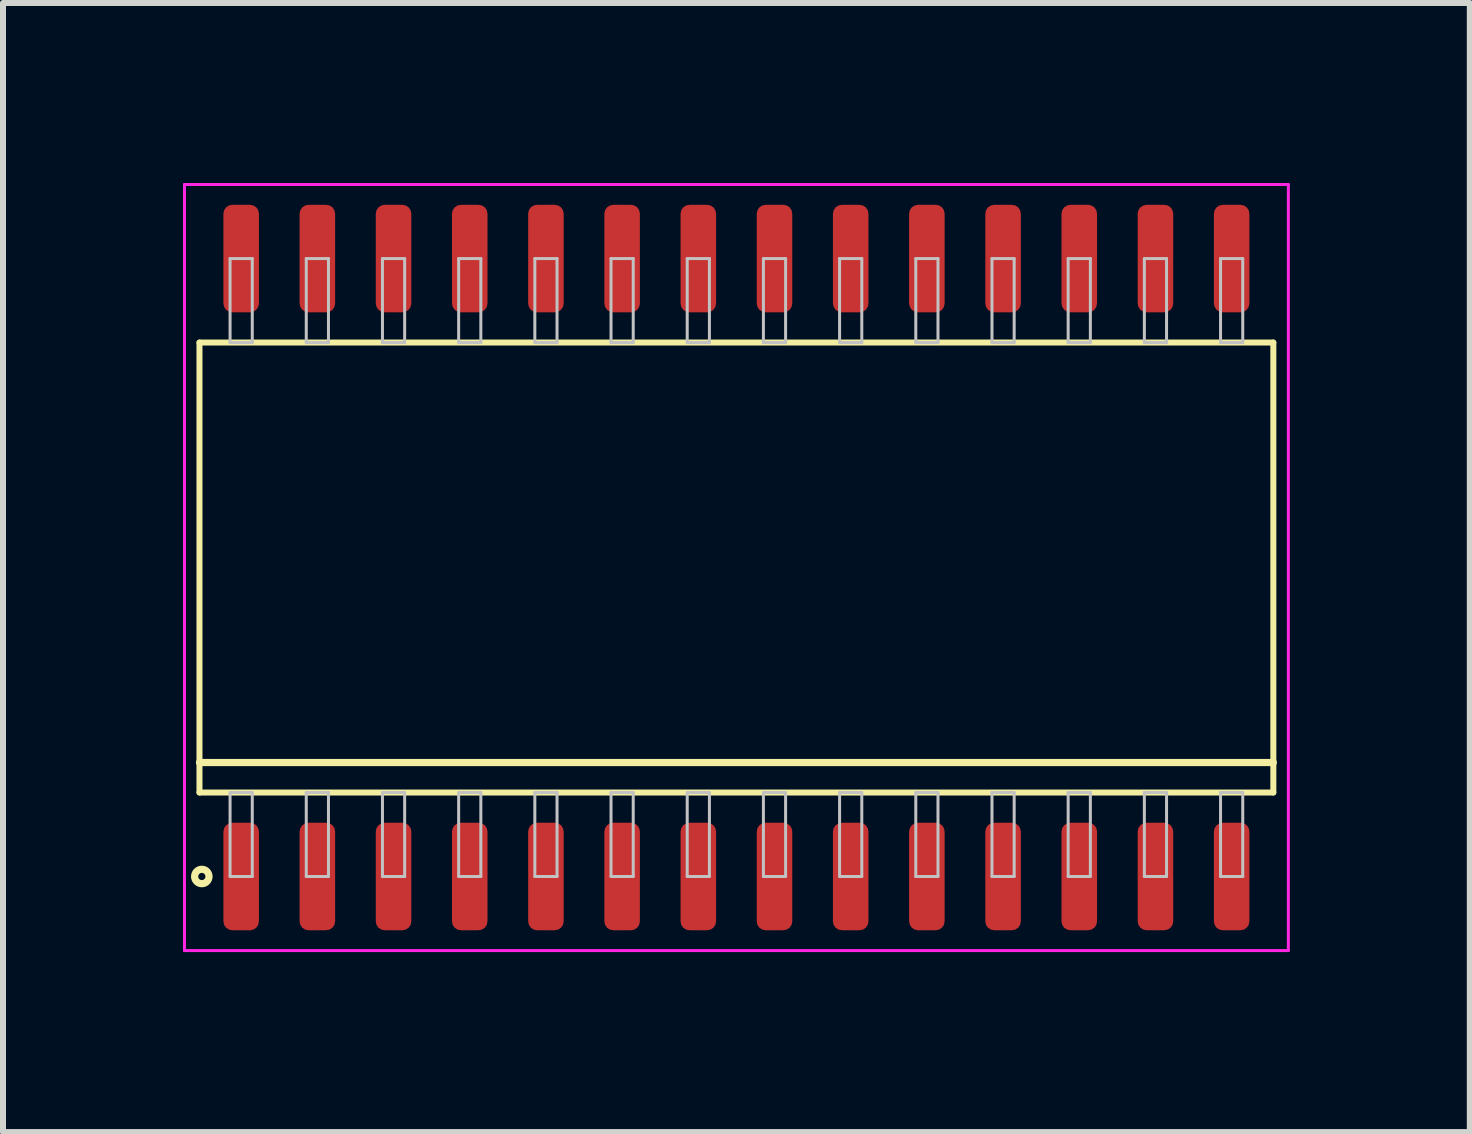
<source format=kicad_pcb>
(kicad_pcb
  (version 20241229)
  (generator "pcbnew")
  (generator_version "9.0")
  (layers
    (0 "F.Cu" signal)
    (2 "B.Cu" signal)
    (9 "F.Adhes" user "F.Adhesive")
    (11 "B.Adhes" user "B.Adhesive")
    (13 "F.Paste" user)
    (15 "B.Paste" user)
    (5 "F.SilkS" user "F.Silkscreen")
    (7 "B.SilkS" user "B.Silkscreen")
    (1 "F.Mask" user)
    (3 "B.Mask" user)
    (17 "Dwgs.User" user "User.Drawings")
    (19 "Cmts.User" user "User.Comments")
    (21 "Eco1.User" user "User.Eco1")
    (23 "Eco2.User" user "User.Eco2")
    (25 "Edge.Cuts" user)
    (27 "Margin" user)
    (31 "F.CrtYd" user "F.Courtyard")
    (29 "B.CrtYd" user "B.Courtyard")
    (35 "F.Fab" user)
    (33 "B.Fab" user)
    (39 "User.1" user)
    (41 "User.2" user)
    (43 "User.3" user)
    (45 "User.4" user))
  (footprint "SOIC127P1790x1030-28"
    (layer "F.Cu")
    (at 9.225 6.41)
    (property "Reference" "SOIC127P1790x1030-28" (at 0 0 0) (layer "User.1") (effects (font (size 0.8 0.8) (thickness 0.1))))
    (attr through_hole)
    (fp_line (start -8.95 -3.75) (end -8.95 3.75) (stroke (width 0.1) (type solid)) (layer "F.SilkS"))
    (fp_line (start -8.95 3.25) (end 8.95 3.25) (stroke (width 0.12) (type solid)) (layer "F.SilkS"))
    (fp_line (start -8.95 3.75) (end 8.95 3.75) (stroke (width 0.1) (type solid)) (layer "F.SilkS"))
    (fp_line (start 8.95 -3.75) (end -8.95 -3.75) (stroke (width 0.1) (type solid)) (layer "F.SilkS"))
    (fp_line (start 8.95 3.75) (end 8.95 -3.75) (stroke (width 0.1) (type solid)) (layer "F.SilkS"))
    (fp_circle (center -8.911 5.15) (end -8.791 5.15) (stroke (width 0.12) (type solid)) (fill no) (layer "F.SilkS"))
    (fp_line (start -8.44 -5.15) (end -8.44 -3.75) (stroke (width 0.05) (type solid)) (layer "Dwgs.User"))
    (fp_line (start -8.44 -3.75) (end -8.07 -3.75) (stroke (width 0.05) (type solid)) (layer "Dwgs.User"))
    (fp_line (start -8.44 3.75) (end -8.07 3.75) (stroke (width 0.05) (type solid)) (layer "Dwgs.User"))
    (fp_line (start -8.44 5.15) (end -8.44 3.75) (stroke (width 0.05) (type solid)) (layer "Dwgs.User"))
    (fp_line (start -8.07 -5.15) (end -8.44 -5.15) (stroke (width 0.05) (type solid)) (layer "Dwgs.User"))
    (fp_line (start -8.07 -3.75) (end -8.07 -5.15) (stroke (width 0.05) (type solid)) (layer "Dwgs.User"))
    (fp_line (start -8.07 3.75) (end -8.07 5.15) (stroke (width 0.05) (type solid)) (layer "Dwgs.User"))
    (fp_line (start -8.07 5.15) (end -8.44 5.15) (stroke (width 0.05) (type solid)) (layer "Dwgs.User"))
    (fp_line (start -7.17 -5.15) (end -7.17 -3.75) (stroke (width 0.05) (type solid)) (layer "Dwgs.User"))
    (fp_line (start -7.17 -3.75) (end -6.8 -3.75) (stroke (width 0.05) (type solid)) (layer "Dwgs.User"))
    (fp_line (start -7.17 3.75) (end -6.8 3.75) (stroke (width 0.05) (type solid)) (layer "Dwgs.User"))
    (fp_line (start -7.17 5.15) (end -7.17 3.75) (stroke (width 0.05) (type solid)) (layer "Dwgs.User"))
    (fp_line (start -6.8 -5.15) (end -7.17 -5.15) (stroke (width 0.05) (type solid)) (layer "Dwgs.User"))
    (fp_line (start -6.8 -3.75) (end -6.8 -5.15) (stroke (width 0.05) (type solid)) (layer "Dwgs.User"))
    (fp_line (start -6.8 3.75) (end -6.8 5.15) (stroke (width 0.05) (type solid)) (layer "Dwgs.User"))
    (fp_line (start -6.8 5.15) (end -7.17 5.15) (stroke (width 0.05) (type solid)) (layer "Dwgs.User"))
    (fp_line (start -5.9 -5.15) (end -5.9 -3.75) (stroke (width 0.05) (type solid)) (layer "Dwgs.User"))
    (fp_line (start -5.9 -3.75) (end -5.53 -3.75) (stroke (width 0.05) (type solid)) (layer "Dwgs.User"))
    (fp_line (start -5.9 3.75) (end -5.53 3.75) (stroke (width 0.05) (type solid)) (layer "Dwgs.User"))
    (fp_line (start -5.9 5.15) (end -5.9 3.75) (stroke (width 0.05) (type solid)) (layer "Dwgs.User"))
    (fp_line (start -5.53 -5.15) (end -5.9 -5.15) (stroke (width 0.05) (type solid)) (layer "Dwgs.User"))
    (fp_line (start -5.53 -3.75) (end -5.53 -5.15) (stroke (width 0.05) (type solid)) (layer "Dwgs.User"))
    (fp_line (start -5.53 3.75) (end -5.53 5.15) (stroke (width 0.05) (type solid)) (layer "Dwgs.User"))
    (fp_line (start -5.53 5.15) (end -5.9 5.15) (stroke (width 0.05) (type solid)) (layer "Dwgs.User"))
    (fp_line (start -4.63 -5.15) (end -4.63 -3.75) (stroke (width 0.05) (type solid)) (layer "Dwgs.User"))
    (fp_line (start -4.63 -3.75) (end -4.26 -3.75) (stroke (width 0.05) (type solid)) (layer "Dwgs.User"))
    (fp_line (start -4.63 3.75) (end -4.26 3.75) (stroke (width 0.05) (type solid)) (layer "Dwgs.User"))
    (fp_line (start -4.63 5.15) (end -4.63 3.75) (stroke (width 0.05) (type solid)) (layer "Dwgs.User"))
    (fp_line (start -4.26 -5.15) (end -4.63 -5.15) (stroke (width 0.05) (type solid)) (layer "Dwgs.User"))
    (fp_line (start -4.26 -3.75) (end -4.26 -5.15) (stroke (width 0.05) (type solid)) (layer "Dwgs.User"))
    (fp_line (start -4.26 3.75) (end -4.26 5.15) (stroke (width 0.05) (type solid)) (layer "Dwgs.User"))
    (fp_line (start -4.26 5.15) (end -4.63 5.15) (stroke (width 0.05) (type solid)) (layer "Dwgs.User"))
    (fp_line (start -3.36 -5.15) (end -3.36 -3.75) (stroke (width 0.05) (type solid)) (layer "Dwgs.User"))
    (fp_line (start -3.36 -3.75) (end -2.99 -3.75) (stroke (width 0.05) (type solid)) (layer "Dwgs.User"))
    (fp_line (start -3.36 3.75) (end -2.99 3.75) (stroke (width 0.05) (type solid)) (layer "Dwgs.User"))
    (fp_line (start -3.36 5.15) (end -3.36 3.75) (stroke (width 0.05) (type solid)) (layer "Dwgs.User"))
    (fp_line (start -2.99 -5.15) (end -3.36 -5.15) (stroke (width 0.05) (type solid)) (layer "Dwgs.User"))
    (fp_line (start -2.99 -3.75) (end -2.99 -5.15) (stroke (width 0.05) (type solid)) (layer "Dwgs.User"))
    (fp_line (start -2.99 3.75) (end -2.99 5.15) (stroke (width 0.05) (type solid)) (layer "Dwgs.User"))
    (fp_line (start -2.99 5.15) (end -3.36 5.15) (stroke (width 0.05) (type solid)) (layer "Dwgs.User"))
    (fp_line (start -2.09 -5.15) (end -2.09 -3.75) (stroke (width 0.05) (type solid)) (layer "Dwgs.User"))
    (fp_line (start -2.09 -3.75) (end -1.72 -3.75) (stroke (width 0.05) (type solid)) (layer "Dwgs.User"))
    (fp_line (start -2.09 3.75) (end -1.72 3.75) (stroke (width 0.05) (type solid)) (layer "Dwgs.User"))
    (fp_line (start -2.09 5.15) (end -2.09 3.75) (stroke (width 0.05) (type solid)) (layer "Dwgs.User"))
    (fp_line (start -1.72 -5.15) (end -2.09 -5.15) (stroke (width 0.05) (type solid)) (layer "Dwgs.User"))
    (fp_line (start -1.72 -3.75) (end -1.72 -5.15) (stroke (width 0.05) (type solid)) (layer "Dwgs.User"))
    (fp_line (start -1.72 3.75) (end -1.72 5.15) (stroke (width 0.05) (type solid)) (layer "Dwgs.User"))
    (fp_line (start -1.72 5.15) (end -2.09 5.15) (stroke (width 0.05) (type solid)) (layer "Dwgs.User"))
    (fp_line (start -0.82 -5.15) (end -0.82 -3.75) (stroke (width 0.05) (type solid)) (layer "Dwgs.User"))
    (fp_line (start -0.82 -3.75) (end -0.45 -3.75) (stroke (width 0.05) (type solid)) (layer "Dwgs.User"))
    (fp_line (start -0.82 3.75) (end -0.45 3.75) (stroke (width 0.05) (type solid)) (layer "Dwgs.User"))
    (fp_line (start -0.82 5.15) (end -0.82 3.75) (stroke (width 0.05) (type solid)) (layer "Dwgs.User"))
    (fp_line (start -0.45 -5.15) (end -0.82 -5.15) (stroke (width 0.05) (type solid)) (layer "Dwgs.User"))
    (fp_line (start -0.45 -3.75) (end -0.45 -5.15) (stroke (width 0.05) (type solid)) (layer "Dwgs.User"))
    (fp_line (start -0.45 3.75) (end -0.45 5.15) (stroke (width 0.05) (type solid)) (layer "Dwgs.User"))
    (fp_line (start -0.45 5.15) (end -0.82 5.15) (stroke (width 0.05) (type solid)) (layer "Dwgs.User"))
    (fp_line (start 0.45 -5.15) (end 0.45 -3.75) (stroke (width 0.05) (type solid)) (layer "Dwgs.User"))
    (fp_line (start 0.45 -3.75) (end 0.82 -3.75) (stroke (width 0.05) (type solid)) (layer "Dwgs.User"))
    (fp_line (start 0.45 3.75) (end 0.82 3.75) (stroke (width 0.05) (type solid)) (layer "Dwgs.User"))
    (fp_line (start 0.45 5.15) (end 0.45 3.75) (stroke (width 0.05) (type solid)) (layer "Dwgs.User"))
    (fp_line (start 0.82 -5.15) (end 0.45 -5.15) (stroke (width 0.05) (type solid)) (layer "Dwgs.User"))
    (fp_line (start 0.82 -3.75) (end 0.82 -5.15) (stroke (width 0.05) (type solid)) (layer "Dwgs.User"))
    (fp_line (start 0.82 3.75) (end 0.82 5.15) (stroke (width 0.05) (type solid)) (layer "Dwgs.User"))
    (fp_line (start 0.82 5.15) (end 0.45 5.15) (stroke (width 0.05) (type solid)) (layer "Dwgs.User"))
    (fp_line (start 1.72 -5.15) (end 1.72 -3.75) (stroke (width 0.05) (type solid)) (layer "Dwgs.User"))
    (fp_line (start 1.72 -3.75) (end 2.09 -3.75) (stroke (width 0.05) (type solid)) (layer "Dwgs.User"))
    (fp_line (start 1.72 3.75) (end 2.09 3.75) (stroke (width 0.05) (type solid)) (layer "Dwgs.User"))
    (fp_line (start 1.72 5.15) (end 1.72 3.75) (stroke (width 0.05) (type solid)) (layer "Dwgs.User"))
    (fp_line (start 2.09 -5.15) (end 1.72 -5.15) (stroke (width 0.05) (type solid)) (layer "Dwgs.User"))
    (fp_line (start 2.09 -3.75) (end 2.09 -5.15) (stroke (width 0.05) (type solid)) (layer "Dwgs.User"))
    (fp_line (start 2.09 3.75) (end 2.09 5.15) (stroke (width 0.05) (type solid)) (layer "Dwgs.User"))
    (fp_line (start 2.09 5.15) (end 1.72 5.15) (stroke (width 0.05) (type solid)) (layer "Dwgs.User"))
    (fp_line (start 2.99 -5.15) (end 2.99 -3.75) (stroke (width 0.05) (type solid)) (layer "Dwgs.User"))
    (fp_line (start 2.99 -3.75) (end 3.36 -3.75) (stroke (width 0.05) (type solid)) (layer "Dwgs.User"))
    (fp_line (start 2.99 3.75) (end 3.36 3.75) (stroke (width 0.05) (type solid)) (layer "Dwgs.User"))
    (fp_line (start 2.99 5.15) (end 2.99 3.75) (stroke (width 0.05) (type solid)) (layer "Dwgs.User"))
    (fp_line (start 3.36 -5.15) (end 2.99 -5.15) (stroke (width 0.05) (type solid)) (layer "Dwgs.User"))
    (fp_line (start 3.36 -3.75) (end 3.36 -5.15) (stroke (width 0.05) (type solid)) (layer "Dwgs.User"))
    (fp_line (start 3.36 3.75) (end 3.36 5.15) (stroke (width 0.05) (type solid)) (layer "Dwgs.User"))
    (fp_line (start 3.36 5.15) (end 2.99 5.15) (stroke (width 0.05) (type solid)) (layer "Dwgs.User"))
    (fp_line (start 4.26 -5.15) (end 4.26 -3.75) (stroke (width 0.05) (type solid)) (layer "Dwgs.User"))
    (fp_line (start 4.26 -3.75) (end 4.63 -3.75) (stroke (width 0.05) (type solid)) (layer "Dwgs.User"))
    (fp_line (start 4.26 3.75) (end 4.63 3.75) (stroke (width 0.05) (type solid)) (layer "Dwgs.User"))
    (fp_line (start 4.26 5.15) (end 4.26 3.75) (stroke (width 0.05) (type solid)) (layer "Dwgs.User"))
    (fp_line (start 4.63 -5.15) (end 4.26 -5.15) (stroke (width 0.05) (type solid)) (layer "Dwgs.User"))
    (fp_line (start 4.63 -3.75) (end 4.63 -5.15) (stroke (width 0.05) (type solid)) (layer "Dwgs.User"))
    (fp_line (start 4.63 3.75) (end 4.63 5.15) (stroke (width 0.05) (type solid)) (layer "Dwgs.User"))
    (fp_line (start 4.63 5.15) (end 4.26 5.15) (stroke (width 0.05) (type solid)) (layer "Dwgs.User"))
    (fp_line (start 5.53 -5.15) (end 5.53 -3.75) (stroke (width 0.05) (type solid)) (layer "Dwgs.User"))
    (fp_line (start 5.53 -3.75) (end 5.9 -3.75) (stroke (width 0.05) (type solid)) (layer "Dwgs.User"))
    (fp_line (start 5.53 3.75) (end 5.9 3.75) (stroke (width 0.05) (type solid)) (layer "Dwgs.User"))
    (fp_line (start 5.53 5.15) (end 5.53 3.75) (stroke (width 0.05) (type solid)) (layer "Dwgs.User"))
    (fp_line (start 5.9 -5.15) (end 5.53 -5.15) (stroke (width 0.05) (type solid)) (layer "Dwgs.User"))
    (fp_line (start 5.9 -3.75) (end 5.9 -5.15) (stroke (width 0.05) (type solid)) (layer "Dwgs.User"))
    (fp_line (start 5.9 3.75) (end 5.9 5.15) (stroke (width 0.05) (type solid)) (layer "Dwgs.User"))
    (fp_line (start 5.9 5.15) (end 5.53 5.15) (stroke (width 0.05) (type solid)) (layer "Dwgs.User"))
    (fp_line (start 6.8 -5.15) (end 6.8 -3.75) (stroke (width 0.05) (type solid)) (layer "Dwgs.User"))
    (fp_line (start 6.8 -3.75) (end 7.17 -3.75) (stroke (width 0.05) (type solid)) (layer "Dwgs.User"))
    (fp_line (start 6.8 3.75) (end 7.17 3.75) (stroke (width 0.05) (type solid)) (layer "Dwgs.User"))
    (fp_line (start 6.8 5.15) (end 6.8 3.75) (stroke (width 0.05) (type solid)) (layer "Dwgs.User"))
    (fp_line (start 7.17 -5.15) (end 6.8 -5.15) (stroke (width 0.05) (type solid)) (layer "Dwgs.User"))
    (fp_line (start 7.17 -3.75) (end 7.17 -5.15) (stroke (width 0.05) (type solid)) (layer "Dwgs.User"))
    (fp_line (start 7.17 3.75) (end 7.17 5.15) (stroke (width 0.05) (type solid)) (layer "Dwgs.User"))
    (fp_line (start 7.17 5.15) (end 6.8 5.15) (stroke (width 0.05) (type solid)) (layer "Dwgs.User"))
    (fp_line (start 8.07 -5.15) (end 8.07 -3.75) (stroke (width 0.05) (type solid)) (layer "Dwgs.User"))
    (fp_line (start 8.07 -3.75) (end 8.44 -3.75) (stroke (width 0.05) (type solid)) (layer "Dwgs.User"))
    (fp_line (start 8.07 3.75) (end 8.44 3.75) (stroke (width 0.05) (type solid)) (layer "Dwgs.User"))
    (fp_line (start 8.07 5.15) (end 8.07 3.75) (stroke (width 0.05) (type solid)) (layer "Dwgs.User"))
    (fp_line (start 8.44 -5.15) (end 8.07 -5.15) (stroke (width 0.05) (type solid)) (layer "Dwgs.User"))
    (fp_line (start 8.44 -3.75) (end 8.44 -5.15) (stroke (width 0.05) (type solid)) (layer "Dwgs.User"))
    (fp_line (start 8.44 3.75) (end 8.44 5.15) (stroke (width 0.05) (type solid)) (layer "Dwgs.User"))
    (fp_line (start 8.44 5.15) (end 8.07 5.15) (stroke (width 0.05) (type solid)) (layer "Dwgs.User"))
    (fp_line (start -9.2 -6.385) (end -9.2 6.385) (stroke (width 0.05) (type solid)) (layer "F.CrtYd"))
    (fp_line (start -9.2 6.385) (end 9.2 6.385) (stroke (width 0.05) (type solid)) (layer "F.CrtYd"))
    (fp_line (start 9.2 -6.385) (end -9.2 -6.385) (stroke (width 0.05) (type solid)) (layer "F.CrtYd"))
    (fp_line (start 9.2 6.385) (end 9.2 -6.385) (stroke (width 0.05) (type solid)) (layer "F.CrtYd"))
    (pad "1" smd roundrect (at -8.255 5.15) (size 0.592 1.792) (layers "F.Cu" "F.Mask" "F.Paste") (roundrect_rratio 0.25))
    (pad "2" smd roundrect (at -6.985 5.15) (size 0.592 1.792) (layers "F.Cu" "F.Mask" "F.Paste") (roundrect_rratio 0.25))
    (pad "3" smd roundrect (at -5.715 5.15) (size 0.592 1.792) (layers "F.Cu" "F.Mask" "F.Paste") (roundrect_rratio 0.25))
    (pad "4" smd roundrect (at -4.445 5.15) (size 0.592 1.792) (layers "F.Cu" "F.Mask" "F.Paste") (roundrect_rratio 0.25))
    (pad "5" smd roundrect (at -3.175 5.15) (size 0.592 1.792) (layers "F.Cu" "F.Mask" "F.Paste") (roundrect_rratio 0.25))
    (pad "6" smd roundrect (at -1.905 5.15) (size 0.592 1.792) (layers "F.Cu" "F.Mask" "F.Paste") (roundrect_rratio 0.25))
    (pad "7" smd roundrect (at -0.635 5.15) (size 0.592 1.792) (layers "F.Cu" "F.Mask" "F.Paste") (roundrect_rratio 0.25))
    (pad "8" smd roundrect (at 0.635 5.15) (size 0.592 1.792) (layers "F.Cu" "F.Mask" "F.Paste") (roundrect_rratio 0.25))
    (pad "9" smd roundrect (at 1.905 5.15) (size 0.592 1.792) (layers "F.Cu" "F.Mask" "F.Paste") (roundrect_rratio 0.25))
    (pad "10" smd roundrect (at 3.175 5.15) (size 0.592 1.792) (layers "F.Cu" "F.Mask" "F.Paste") (roundrect_rratio 0.25))
    (pad "11" smd roundrect (at 4.445 5.15) (size 0.592 1.792) (layers "F.Cu" "F.Mask" "F.Paste") (roundrect_rratio 0.25))
    (pad "12" smd roundrect (at 5.715 5.15) (size 0.592 1.792) (layers "F.Cu" "F.Mask" "F.Paste") (roundrect_rratio 0.25))
    (pad "13" smd roundrect (at 6.985 5.15) (size 0.592 1.792) (layers "F.Cu" "F.Mask" "F.Paste") (roundrect_rratio 0.25))
    (pad "14" smd roundrect (at 8.255 5.15) (size 0.592 1.792) (layers "F.Cu" "F.Mask" "F.Paste") (roundrect_rratio 0.25))
    (pad "15" smd roundrect (at 8.255 -5.15) (size 0.592 1.792) (layers "F.Cu" "F.Mask" "F.Paste") (roundrect_rratio 0.25))
    (pad "16" smd roundrect (at 6.985 -5.15) (size 0.592 1.792) (layers "F.Cu" "F.Mask" "F.Paste") (roundrect_rratio 0.25))
    (pad "17" smd roundrect (at 5.715 -5.15) (size 0.592 1.792) (layers "F.Cu" "F.Mask" "F.Paste") (roundrect_rratio 0.25))
    (pad "18" smd roundrect (at 4.445 -5.15) (size 0.592 1.792) (layers "F.Cu" "F.Mask" "F.Paste") (roundrect_rratio 0.25))
    (pad "19" smd roundrect (at 3.175 -5.15) (size 0.592 1.792) (layers "F.Cu" "F.Mask" "F.Paste") (roundrect_rratio 0.25))
    (pad "20" smd roundrect (at 1.905 -5.15) (size 0.592 1.792) (layers "F.Cu" "F.Mask" "F.Paste") (roundrect_rratio 0.25))
    (pad "21" smd roundrect (at 0.635 -5.15) (size 0.592 1.792) (layers "F.Cu" "F.Mask" "F.Paste") (roundrect_rratio 0.25))
    (pad "22" smd roundrect (at -0.635 -5.15) (size 0.592 1.792) (layers "F.Cu" "F.Mask" "F.Paste") (roundrect_rratio 0.25))
    (pad "23" smd roundrect (at -1.905 -5.15) (size 0.592 1.792) (layers "F.Cu" "F.Mask" "F.Paste") (roundrect_rratio 0.25))
    (pad "24" smd roundrect (at -3.175 -5.15) (size 0.592 1.792) (layers "F.Cu" "F.Mask" "F.Paste") (roundrect_rratio 0.25))
    (pad "25" smd roundrect (at -4.445 -5.15) (size 0.592 1.792) (layers "F.Cu" "F.Mask" "F.Paste") (roundrect_rratio 0.25))
    (pad "26" smd roundrect (at -5.715 -5.15) (size 0.592 1.792) (layers "F.Cu" "F.Mask" "F.Paste") (roundrect_rratio 0.25))
    (pad "27" smd roundrect (at -6.985 -5.15) (size 0.592 1.792) (layers "F.Cu" "F.Mask" "F.Paste") (roundrect_rratio 0.25))
    (pad "28" smd roundrect (at -8.255 -5.15) (size 0.592 1.792) (layers "F.Cu" "F.Mask" "F.Paste") (roundrect_rratio 0.25)))
  (gr_rect
    (start -3 -3)
    (end 21.45 15.82)
    (stroke (width 0.1) (type default))
    (fill no)
    (layer "Edge.Cuts")))
</source>
